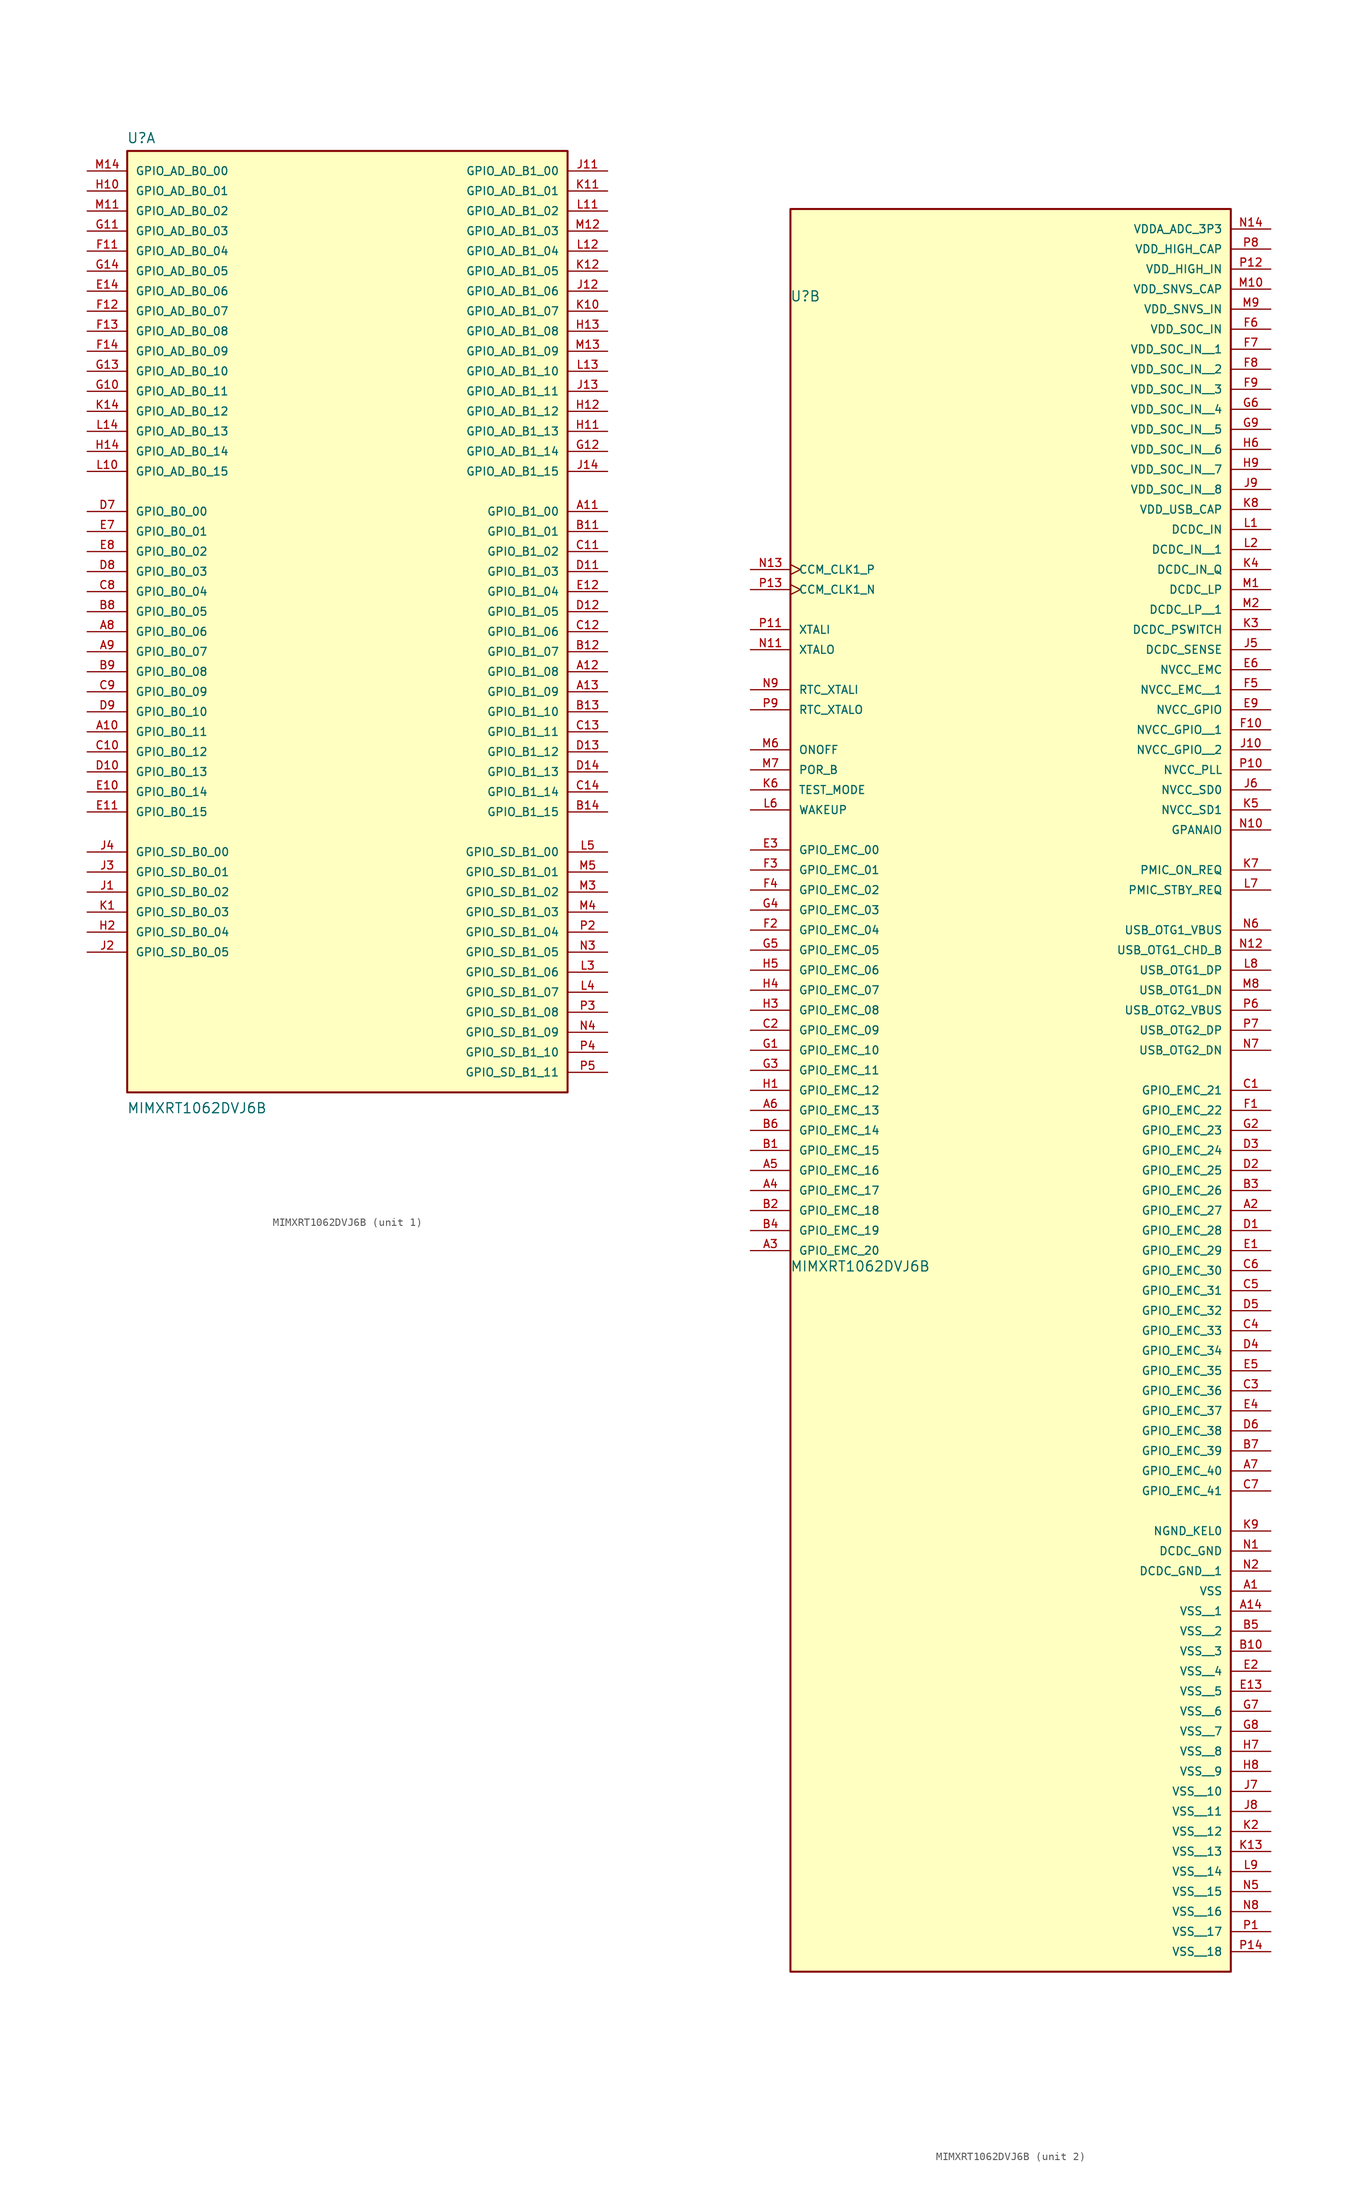
<source format=kicad_sym>
(kicad_symbol_lib
  (version 20211014)
  (generator kicad_symbol_editor)
  (symbol "MIMXRT1062DVJ6B"
    (pin_names
      (offset 1.016))
    (property "Reference" "U"
      (at -28.001 59.312 0)
      (effects (font (size 1.27 1.27)) (justify bottom left)))
    (property "Value" "MIMXRT1062DVJ6B"
      (at -27.986 -63.702 0)
      (effects (font (size 1.27 1.27)) (justify bottom left)))
    (symbol "MIMXRT1062DVJ6B_1_0"
      (rectangle (start -27.94 -60.96) (end 27.94 58.42) (stroke (width 0.254)) (fill (type background)))
      (pin bidirectional line (at -33.02 55.88 0) (length 5.08) (name "GPIO_AD_B0_00" (effects (font (size 1.016 1.016)))) (number "M14" (effects (font (size 1.016 1.016)))))
      (pin bidirectional line (at -33.02 53.34 0) (length 5.08) (name "GPIO_AD_B0_01" (effects (font (size 1.016 1.016)))) (number "H10" (effects (font (size 1.016 1.016)))))
      (pin bidirectional line (at -33.02 50.8 0) (length 5.08) (name "GPIO_AD_B0_02" (effects (font (size 1.016 1.016)))) (number "M11" (effects (font (size 1.016 1.016)))))
      (pin bidirectional line (at -33.02 48.26 0) (length 5.08) (name "GPIO_AD_B0_03" (effects (font (size 1.016 1.016)))) (number "G11" (effects (font (size 1.016 1.016)))))
      (pin bidirectional line (at -33.02 45.72 0) (length 5.08) (name "GPIO_AD_B0_04" (effects (font (size 1.016 1.016)))) (number "F11" (effects (font (size 1.016 1.016)))))
      (pin bidirectional line (at -33.02 43.18 0) (length 5.08) (name "GPIO_AD_B0_05" (effects (font (size 1.016 1.016)))) (number "G14" (effects (font (size 1.016 1.016)))))
      (pin bidirectional line (at -33.02 40.64 0) (length 5.08) (name "GPIO_AD_B0_06" (effects (font (size 1.016 1.016)))) (number "E14" (effects (font (size 1.016 1.016)))))
      (pin bidirectional line (at -33.02 38.1 0) (length 5.08) (name "GPIO_AD_B0_07" (effects (font (size 1.016 1.016)))) (number "F12" (effects (font (size 1.016 1.016)))))
      (pin bidirectional line (at -33.02 35.56 0) (length 5.08) (name "GPIO_AD_B0_08" (effects (font (size 1.016 1.016)))) (number "F13" (effects (font (size 1.016 1.016)))))
      (pin bidirectional line (at -33.02 33.02 0) (length 5.08) (name "GPIO_AD_B0_09" (effects (font (size 1.016 1.016)))) (number "F14" (effects (font (size 1.016 1.016)))))
      (pin bidirectional line (at -33.02 30.48 0) (length 5.08) (name "GPIO_AD_B0_10" (effects (font (size 1.016 1.016)))) (number "G13" (effects (font (size 1.016 1.016)))))
      (pin bidirectional line (at -33.02 27.94 0) (length 5.08) (name "GPIO_AD_B0_11" (effects (font (size 1.016 1.016)))) (number "G10" (effects (font (size 1.016 1.016)))))
      (pin bidirectional line (at -33.02 25.4 0) (length 5.08) (name "GPIO_AD_B0_12" (effects (font (size 1.016 1.016)))) (number "K14" (effects (font (size 1.016 1.016)))))
      (pin bidirectional line (at -33.02 22.86 0) (length 5.08) (name "GPIO_AD_B0_13" (effects (font (size 1.016 1.016)))) (number "L14" (effects (font (size 1.016 1.016)))))
      (pin bidirectional line (at -33.02 20.32 0) (length 5.08) (name "GPIO_AD_B0_14" (effects (font (size 1.016 1.016)))) (number "H14" (effects (font (size 1.016 1.016)))))
      (pin bidirectional line (at -33.02 17.78 0) (length 5.08) (name "GPIO_AD_B0_15" (effects (font (size 1.016 1.016)))) (number "L10" (effects (font (size 1.016 1.016)))))
      (pin bidirectional line (at 33.02 55.88 180.0) (length 5.08) (name "GPIO_AD_B1_00" (effects (font (size 1.016 1.016)))) (number "J11" (effects (font (size 1.016 1.016)))))
      (pin bidirectional line (at 33.02 53.34 180.0) (length 5.08) (name "GPIO_AD_B1_01" (effects (font (size 1.016 1.016)))) (number "K11" (effects (font (size 1.016 1.016)))))
      (pin bidirectional line (at 33.02 50.8 180.0) (length 5.08) (name "GPIO_AD_B1_02" (effects (font (size 1.016 1.016)))) (number "L11" (effects (font (size 1.016 1.016)))))
      (pin bidirectional line (at 33.02 48.26 180.0) (length 5.08) (name "GPIO_AD_B1_03" (effects (font (size 1.016 1.016)))) (number "M12" (effects (font (size 1.016 1.016)))))
      (pin bidirectional line (at 33.02 45.72 180.0) (length 5.08) (name "GPIO_AD_B1_04" (effects (font (size 1.016 1.016)))) (number "L12" (effects (font (size 1.016 1.016)))))
      (pin bidirectional line (at 33.02 43.18 180.0) (length 5.08) (name "GPIO_AD_B1_05" (effects (font (size 1.016 1.016)))) (number "K12" (effects (font (size 1.016 1.016)))))
      (pin bidirectional line (at 33.02 40.64 180.0) (length 5.08) (name "GPIO_AD_B1_06" (effects (font (size 1.016 1.016)))) (number "J12" (effects (font (size 1.016 1.016)))))
      (pin bidirectional line (at 33.02 38.1 180.0) (length 5.08) (name "GPIO_AD_B1_07" (effects (font (size 1.016 1.016)))) (number "K10" (effects (font (size 1.016 1.016)))))
      (pin bidirectional line (at 33.02 35.56 180.0) (length 5.08) (name "GPIO_AD_B1_08" (effects (font (size 1.016 1.016)))) (number "H13" (effects (font (size 1.016 1.016)))))
      (pin bidirectional line (at 33.02 33.02 180.0) (length 5.08) (name "GPIO_AD_B1_09" (effects (font (size 1.016 1.016)))) (number "M13" (effects (font (size 1.016 1.016)))))
      (pin bidirectional line (at 33.02 30.48 180.0) (length 5.08) (name "GPIO_AD_B1_10" (effects (font (size 1.016 1.016)))) (number "L13" (effects (font (size 1.016 1.016)))))
      (pin bidirectional line (at 33.02 27.94 180.0) (length 5.08) (name "GPIO_AD_B1_11" (effects (font (size 1.016 1.016)))) (number "J13" (effects (font (size 1.016 1.016)))))
      (pin bidirectional line (at 33.02 25.4 180.0) (length 5.08) (name "GPIO_AD_B1_12" (effects (font (size 1.016 1.016)))) (number "H12" (effects (font (size 1.016 1.016)))))
      (pin bidirectional line (at 33.02 22.86 180.0) (length 5.08) (name "GPIO_AD_B1_13" (effects (font (size 1.016 1.016)))) (number "H11" (effects (font (size 1.016 1.016)))))
      (pin bidirectional line (at 33.02 20.32 180.0) (length 5.08) (name "GPIO_AD_B1_14" (effects (font (size 1.016 1.016)))) (number "G12" (effects (font (size 1.016 1.016)))))
      (pin bidirectional line (at 33.02 17.78 180.0) (length 5.08) (name "GPIO_AD_B1_15" (effects (font (size 1.016 1.016)))) (number "J14" (effects (font (size 1.016 1.016)))))
      (pin bidirectional line (at -33.02 12.7 0) (length 5.08) (name "GPIO_B0_00" (effects (font (size 1.016 1.016)))) (number "D7" (effects (font (size 1.016 1.016)))))
      (pin bidirectional line (at -33.02 10.16 0) (length 5.08) (name "GPIO_B0_01" (effects (font (size 1.016 1.016)))) (number "E7" (effects (font (size 1.016 1.016)))))
      (pin bidirectional line (at -33.02 7.62 0) (length 5.08) (name "GPIO_B0_02" (effects (font (size 1.016 1.016)))) (number "E8" (effects (font (size 1.016 1.016)))))
      (pin bidirectional line (at -33.02 5.08 0) (length 5.08) (name "GPIO_B0_03" (effects (font (size 1.016 1.016)))) (number "D8" (effects (font (size 1.016 1.016)))))
      (pin bidirectional line (at -33.02 2.54 0) (length 5.08) (name "GPIO_B0_04" (effects (font (size 1.016 1.016)))) (number "C8" (effects (font (size 1.016 1.016)))))
      (pin bidirectional line (at -33.02 0.0 0) (length 5.08) (name "GPIO_B0_05" (effects (font (size 1.016 1.016)))) (number "B8" (effects (font (size 1.016 1.016)))))
      (pin bidirectional line (at -33.02 -2.54 0) (length 5.08) (name "GPIO_B0_06" (effects (font (size 1.016 1.016)))) (number "A8" (effects (font (size 1.016 1.016)))))
      (pin bidirectional line (at -33.02 -5.08 0) (length 5.08) (name "GPIO_B0_07" (effects (font (size 1.016 1.016)))) (number "A9" (effects (font (size 1.016 1.016)))))
      (pin bidirectional line (at -33.02 -7.62 0) (length 5.08) (name "GPIO_B0_08" (effects (font (size 1.016 1.016)))) (number "B9" (effects (font (size 1.016 1.016)))))
      (pin bidirectional line (at -33.02 -10.16 0) (length 5.08) (name "GPIO_B0_09" (effects (font (size 1.016 1.016)))) (number "C9" (effects (font (size 1.016 1.016)))))
      (pin bidirectional line (at -33.02 -12.7 0) (length 5.08) (name "GPIO_B0_10" (effects (font (size 1.016 1.016)))) (number "D9" (effects (font (size 1.016 1.016)))))
      (pin bidirectional line (at -33.02 -15.24 0) (length 5.08) (name "GPIO_B0_11" (effects (font (size 1.016 1.016)))) (number "A10" (effects (font (size 1.016 1.016)))))
      (pin bidirectional line (at -33.02 -17.78 0) (length 5.08) (name "GPIO_B0_12" (effects (font (size 1.016 1.016)))) (number "C10" (effects (font (size 1.016 1.016)))))
      (pin bidirectional line (at -33.02 -20.32 0) (length 5.08) (name "GPIO_B0_13" (effects (font (size 1.016 1.016)))) (number "D10" (effects (font (size 1.016 1.016)))))
      (pin bidirectional line (at -33.02 -22.86 0) (length 5.08) (name "GPIO_B0_14" (effects (font (size 1.016 1.016)))) (number "E10" (effects (font (size 1.016 1.016)))))
      (pin bidirectional line (at -33.02 -25.4 0) (length 5.08) (name "GPIO_B0_15" (effects (font (size 1.016 1.016)))) (number "E11" (effects (font (size 1.016 1.016)))))
      (pin bidirectional line (at 33.02 12.7 180.0) (length 5.08) (name "GPIO_B1_00" (effects (font (size 1.016 1.016)))) (number "A11" (effects (font (size 1.016 1.016)))))
      (pin bidirectional line (at 33.02 10.16 180.0) (length 5.08) (name "GPIO_B1_01" (effects (font (size 1.016 1.016)))) (number "B11" (effects (font (size 1.016 1.016)))))
      (pin bidirectional line (at 33.02 7.62 180.0) (length 5.08) (name "GPIO_B1_02" (effects (font (size 1.016 1.016)))) (number "C11" (effects (font (size 1.016 1.016)))))
      (pin bidirectional line (at 33.02 5.08 180.0) (length 5.08) (name "GPIO_B1_03" (effects (font (size 1.016 1.016)))) (number "D11" (effects (font (size 1.016 1.016)))))
      (pin bidirectional line (at 33.02 2.54 180.0) (length 5.08) (name "GPIO_B1_04" (effects (font (size 1.016 1.016)))) (number "E12" (effects (font (size 1.016 1.016)))))
      (pin bidirectional line (at 33.02 0.0 180.0) (length 5.08) (name "GPIO_B1_05" (effects (font (size 1.016 1.016)))) (number "D12" (effects (font (size 1.016 1.016)))))
      (pin bidirectional line (at 33.02 -2.54 180.0) (length 5.08) (name "GPIO_B1_06" (effects (font (size 1.016 1.016)))) (number "C12" (effects (font (size 1.016 1.016)))))
      (pin bidirectional line (at 33.02 -5.08 180.0) (length 5.08) (name "GPIO_B1_07" (effects (font (size 1.016 1.016)))) (number "B12" (effects (font (size 1.016 1.016)))))
      (pin bidirectional line (at 33.02 -7.62 180.0) (length 5.08) (name "GPIO_B1_08" (effects (font (size 1.016 1.016)))) (number "A12" (effects (font (size 1.016 1.016)))))
      (pin bidirectional line (at 33.02 -10.16 180.0) (length 5.08) (name "GPIO_B1_09" (effects (font (size 1.016 1.016)))) (number "A13" (effects (font (size 1.016 1.016)))))
      (pin bidirectional line (at 33.02 -12.7 180.0) (length 5.08) (name "GPIO_B1_10" (effects (font (size 1.016 1.016)))) (number "B13" (effects (font (size 1.016 1.016)))))
      (pin bidirectional line (at 33.02 -15.24 180.0) (length 5.08) (name "GPIO_B1_11" (effects (font (size 1.016 1.016)))) (number "C13" (effects (font (size 1.016 1.016)))))
      (pin bidirectional line (at 33.02 -17.78 180.0) (length 5.08) (name "GPIO_B1_12" (effects (font (size 1.016 1.016)))) (number "D13" (effects (font (size 1.016 1.016)))))
      (pin bidirectional line (at 33.02 -20.32 180.0) (length 5.08) (name "GPIO_B1_13" (effects (font (size 1.016 1.016)))) (number "D14" (effects (font (size 1.016 1.016)))))
      (pin bidirectional line (at 33.02 -22.86 180.0) (length 5.08) (name "GPIO_B1_14" (effects (font (size 1.016 1.016)))) (number "C14" (effects (font (size 1.016 1.016)))))
      (pin bidirectional line (at 33.02 -25.4 180.0) (length 5.08) (name "GPIO_B1_15" (effects (font (size 1.016 1.016)))) (number "B14" (effects (font (size 1.016 1.016)))))
      (pin bidirectional line (at -33.02 -30.48 0) (length 5.08) (name "GPIO_SD_B0_00" (effects (font (size 1.016 1.016)))) (number "J4" (effects (font (size 1.016 1.016)))))
      (pin bidirectional line (at -33.02 -33.02 0) (length 5.08) (name "GPIO_SD_B0_01" (effects (font (size 1.016 1.016)))) (number "J3" (effects (font (size 1.016 1.016)))))
      (pin bidirectional line (at -33.02 -35.56 0) (length 5.08) (name "GPIO_SD_B0_02" (effects (font (size 1.016 1.016)))) (number "J1" (effects (font (size 1.016 1.016)))))
      (pin bidirectional line (at -33.02 -38.1 0) (length 5.08) (name "GPIO_SD_B0_03" (effects (font (size 1.016 1.016)))) (number "K1" (effects (font (size 1.016 1.016)))))
      (pin bidirectional line (at -33.02 -40.64 0) (length 5.08) (name "GPIO_SD_B0_04" (effects (font (size 1.016 1.016)))) (number "H2" (effects (font (size 1.016 1.016)))))
      (pin bidirectional line (at -33.02 -43.18 0) (length 5.08) (name "GPIO_SD_B0_05" (effects (font (size 1.016 1.016)))) (number "J2" (effects (font (size 1.016 1.016)))))
      (pin bidirectional line (at 33.02 -30.48 180.0) (length 5.08) (name "GPIO_SD_B1_00" (effects (font (size 1.016 1.016)))) (number "L5" (effects (font (size 1.016 1.016)))))
      (pin bidirectional line (at 33.02 -33.02 180.0) (length 5.08) (name "GPIO_SD_B1_01" (effects (font (size 1.016 1.016)))) (number "M5" (effects (font (size 1.016 1.016)))))
      (pin bidirectional line (at 33.02 -35.56 180.0) (length 5.08) (name "GPIO_SD_B1_02" (effects (font (size 1.016 1.016)))) (number "M3" (effects (font (size 1.016 1.016)))))
      (pin bidirectional line (at 33.02 -38.1 180.0) (length 5.08) (name "GPIO_SD_B1_03" (effects (font (size 1.016 1.016)))) (number "M4" (effects (font (size 1.016 1.016)))))
      (pin bidirectional line (at 33.02 -40.64 180.0) (length 5.08) (name "GPIO_SD_B1_04" (effects (font (size 1.016 1.016)))) (number "P2" (effects (font (size 1.016 1.016)))))
      (pin bidirectional line (at 33.02 -43.18 180.0) (length 5.08) (name "GPIO_SD_B1_05" (effects (font (size 1.016 1.016)))) (number "N3" (effects (font (size 1.016 1.016)))))
      (pin bidirectional line (at 33.02 -45.72 180.0) (length 5.08) (name "GPIO_SD_B1_06" (effects (font (size 1.016 1.016)))) (number "L3" (effects (font (size 1.016 1.016)))))
      (pin bidirectional line (at 33.02 -48.26 180.0) (length 5.08) (name "GPIO_SD_B1_07" (effects (font (size 1.016 1.016)))) (number "L4" (effects (font (size 1.016 1.016)))))
      (pin bidirectional line (at 33.02 -50.8 180.0) (length 5.08) (name "GPIO_SD_B1_08" (effects (font (size 1.016 1.016)))) (number "P3" (effects (font (size 1.016 1.016)))))
      (pin bidirectional line (at 33.02 -53.34 180.0) (length 5.08) (name "GPIO_SD_B1_09" (effects (font (size 1.016 1.016)))) (number "N4" (effects (font (size 1.016 1.016)))))
      (pin bidirectional line (at 33.02 -55.88 180.0) (length 5.08) (name "GPIO_SD_B1_10" (effects (font (size 1.016 1.016)))) (number "P4" (effects (font (size 1.016 1.016)))))
      (pin bidirectional line (at 33.02 -58.42 180.0) (length 5.08) (name "GPIO_SD_B1_11" (effects (font (size 1.016 1.016)))) (number "P5" (effects (font (size 1.016 1.016))))))
    (symbol "MIMXRT1062DVJ6B_2_0"
      (rectangle (start -27.94 -152.4) (end 27.94 71.12) (stroke (width 0.254)) (fill (type background)))
      (pin power_in line (at 33.02 0.0 180.0) (length 5.08) (name "NVCC_PLL" (effects (font (size 1.016 1.016)))) (number "P10" (effects (font (size 1.016 1.016)))))
      (pin power_in line (at 33.02 7.62 180.0) (length 5.08) (name "NVCC_GPIO" (effects (font (size 1.016 1.016)))) (number "E9" (effects (font (size 1.016 1.016)))))
      (pin power_in line (at 33.02 -96.52 180.0) (length 5.08) (name "NGND_KEL0" (effects (font (size 1.016 1.016)))) (number "K9" (effects (font (size 1.016 1.016)))))
      (pin power_in line (at 33.02 12.7 180.0) (length 5.08) (name "NVCC_EMC" (effects (font (size 1.016 1.016)))) (number "E6" (effects (font (size 1.016 1.016)))))
      (pin power_in line (at 33.02 -7.62 180.0) (length 5.08) (name "GPANAIO" (effects (font (size 1.016 1.016)))) (number "N10" (effects (font (size 1.016 1.016)))))
      (pin power_in line (at 33.02 15.24 180.0) (length 5.08) (name "DCDC_SENSE" (effects (font (size 1.016 1.016)))) (number "J5" (effects (font (size 1.016 1.016)))))
      (pin power_in line (at 33.02 17.78 180.0) (length 5.08) (name "DCDC_PSWITCH" (effects (font (size 1.016 1.016)))) (number "K3" (effects (font (size 1.016 1.016)))))
      (pin power_in line (at 33.02 22.86 180.0) (length 5.08) (name "DCDC_LP" (effects (font (size 1.016 1.016)))) (number "M1" (effects (font (size 1.016 1.016)))))
      (pin power_in line (at 33.02 -99.06 180.0) (length 5.08) (name "DCDC_GND" (effects (font (size 1.016 1.016)))) (number "N1" (effects (font (size 1.016 1.016)))))
      (pin power_in line (at 33.02 25.4 180.0) (length 5.08) (name "DCDC_IN_Q" (effects (font (size 1.016 1.016)))) (number "K4" (effects (font (size 1.016 1.016)))))
      (pin power_in line (at 33.02 30.48 180.0) (length 5.08) (name "DCDC_IN" (effects (font (size 1.016 1.016)))) (number "L1" (effects (font (size 1.016 1.016)))))
      (pin power_in line (at 33.02 -2.54 180.0) (length 5.08) (name "NVCC_SD0" (effects (font (size 1.016 1.016)))) (number "J6" (effects (font (size 1.016 1.016)))))
      (pin power_in line (at 33.02 -5.08 180.0) (length 5.08) (name "NVCC_SD1" (effects (font (size 1.016 1.016)))) (number "K5" (effects (font (size 1.016 1.016)))))
      (pin power_in line (at 33.02 68.58 180.0) (length 5.08) (name "VDDA_ADC_3P3" (effects (font (size 1.016 1.016)))) (number "N14" (effects (font (size 1.016 1.016)))))
      (pin power_in line (at 33.02 66.04 180.0) (length 5.08) (name "VDD_HIGH_CAP" (effects (font (size 1.016 1.016)))) (number "P8" (effects (font (size 1.016 1.016)))))
      (pin power_in line (at 33.02 63.5 180.0) (length 5.08) (name "VDD_HIGH_IN" (effects (font (size 1.016 1.016)))) (number "P12" (effects (font (size 1.016 1.016)))))
      (pin power_in line (at 33.02 60.96 180.0) (length 5.08) (name "VDD_SNVS_CAP" (effects (font (size 1.016 1.016)))) (number "M10" (effects (font (size 1.016 1.016)))))
      (pin power_in line (at 33.02 58.42 180.0) (length 5.08) (name "VDD_SNVS_IN" (effects (font (size 1.016 1.016)))) (number "M9" (effects (font (size 1.016 1.016)))))
      (pin power_in line (at 33.02 55.88 180.0) (length 5.08) (name "VDD_SOC_IN" (effects (font (size 1.016 1.016)))) (number "F6" (effects (font (size 1.016 1.016)))))
      (pin power_in line (at 33.02 33.02 180.0) (length 5.08) (name "VDD_USB_CAP" (effects (font (size 1.016 1.016)))) (number "K8" (effects (font (size 1.016 1.016)))))
      (pin power_in line (at 33.02 -104.14 180.0) (length 5.08) (name "VSS" (effects (font (size 1.016 1.016)))) (number "A1" (effects (font (size 1.016 1.016)))))
      (pin input clock (at -33.02 22.86 0) (length 5.08) (name "CCM_CLK1_N" (effects (font (size 1.016 1.016)))) (number "P13" (effects (font (size 1.016 1.016)))))
      (pin input clock (at -33.02 25.4 0) (length 5.08) (name "CCM_CLK1_P" (effects (font (size 1.016 1.016)))) (number "N13" (effects (font (size 1.016 1.016)))))
      (pin bidirectional line (at -33.02 -10.16 0) (length 5.08) (name "GPIO_EMC_00" (effects (font (size 1.016 1.016)))) (number "E3" (effects (font (size 1.016 1.016)))))
      (pin bidirectional line (at -33.02 -12.7 0) (length 5.08) (name "GPIO_EMC_01" (effects (font (size 1.016 1.016)))) (number "F3" (effects (font (size 1.016 1.016)))))
      (pin bidirectional line (at -33.02 -15.24 0) (length 5.08) (name "GPIO_EMC_02" (effects (font (size 1.016 1.016)))) (number "F4" (effects (font (size 1.016 1.016)))))
      (pin bidirectional line (at -33.02 -17.78 0) (length 5.08) (name "GPIO_EMC_03" (effects (font (size 1.016 1.016)))) (number "G4" (effects (font (size 1.016 1.016)))))
      (pin bidirectional line (at -33.02 -20.32 0) (length 5.08) (name "GPIO_EMC_04" (effects (font (size 1.016 1.016)))) (number "F2" (effects (font (size 1.016 1.016)))))
      (pin bidirectional line (at -33.02 -22.86 0) (length 5.08) (name "GPIO_EMC_05" (effects (font (size 1.016 1.016)))) (number "G5" (effects (font (size 1.016 1.016)))))
      (pin bidirectional line (at -33.02 -25.4 0) (length 5.08) (name "GPIO_EMC_06" (effects (font (size 1.016 1.016)))) (number "H5" (effects (font (size 1.016 1.016)))))
      (pin bidirectional line (at -33.02 -27.94 0) (length 5.08) (name "GPIO_EMC_07" (effects (font (size 1.016 1.016)))) (number "H4" (effects (font (size 1.016 1.016)))))
      (pin bidirectional line (at -33.02 -30.48 0) (length 5.08) (name "GPIO_EMC_08" (effects (font (size 1.016 1.016)))) (number "H3" (effects (font (size 1.016 1.016)))))
      (pin bidirectional line (at -33.02 -33.02 0) (length 5.08) (name "GPIO_EMC_09" (effects (font (size 1.016 1.016)))) (number "C2" (effects (font (size 1.016 1.016)))))
      (pin bidirectional line (at -33.02 -35.56 0) (length 5.08) (name "GPIO_EMC_10" (effects (font (size 1.016 1.016)))) (number "G1" (effects (font (size 1.016 1.016)))))
      (pin bidirectional line (at -33.02 -38.1 0) (length 5.08) (name "GPIO_EMC_11" (effects (font (size 1.016 1.016)))) (number "G3" (effects (font (size 1.016 1.016)))))
      (pin bidirectional line (at -33.02 -40.64 0) (length 5.08) (name "GPIO_EMC_12" (effects (font (size 1.016 1.016)))) (number "H1" (effects (font (size 1.016 1.016)))))
      (pin bidirectional line (at -33.02 -43.18 0) (length 5.08) (name "GPIO_EMC_13" (effects (font (size 1.016 1.016)))) (number "A6" (effects (font (size 1.016 1.016)))))
      (pin bidirectional line (at -33.02 -45.72 0) (length 5.08) (name "GPIO_EMC_14" (effects (font (size 1.016 1.016)))) (number "B6" (effects (font (size 1.016 1.016)))))
      (pin bidirectional line (at -33.02 -48.26 0) (length 5.08) (name "GPIO_EMC_15" (effects (font (size 1.016 1.016)))) (number "B1" (effects (font (size 1.016 1.016)))))
      (pin bidirectional line (at -33.02 -50.8 0) (length 5.08) (name "GPIO_EMC_16" (effects (font (size 1.016 1.016)))) (number "A5" (effects (font (size 1.016 1.016)))))
      (pin bidirectional line (at -33.02 -53.34 0) (length 5.08) (name "GPIO_EMC_17" (effects (font (size 1.016 1.016)))) (number "A4" (effects (font (size 1.016 1.016)))))
      (pin bidirectional line (at -33.02 -55.88 0) (length 5.08) (name "GPIO_EMC_18" (effects (font (size 1.016 1.016)))) (number "B2" (effects (font (size 1.016 1.016)))))
      (pin bidirectional line (at -33.02 -58.42 0) (length 5.08) (name "GPIO_EMC_19" (effects (font (size 1.016 1.016)))) (number "B4" (effects (font (size 1.016 1.016)))))
      (pin bidirectional line (at -33.02 -60.96 0) (length 5.08) (name "GPIO_EMC_20" (effects (font (size 1.016 1.016)))) (number "A3" (effects (font (size 1.016 1.016)))))
      (pin bidirectional line (at 33.02 -40.64 180.0) (length 5.08) (name "GPIO_EMC_21" (effects (font (size 1.016 1.016)))) (number "C1" (effects (font (size 1.016 1.016)))))
      (pin bidirectional line (at 33.02 -43.18 180.0) (length 5.08) (name "GPIO_EMC_22" (effects (font (size 1.016 1.016)))) (number "F1" (effects (font (size 1.016 1.016)))))
      (pin bidirectional line (at 33.02 -45.72 180.0) (length 5.08) (name "GPIO_EMC_23" (effects (font (size 1.016 1.016)))) (number "G2" (effects (font (size 1.016 1.016)))))
      (pin bidirectional line (at 33.02 -48.26 180.0) (length 5.08) (name "GPIO_EMC_24" (effects (font (size 1.016 1.016)))) (number "D3" (effects (font (size 1.016 1.016)))))
      (pin bidirectional line (at 33.02 -50.8 180.0) (length 5.08) (name "GPIO_EMC_25" (effects (font (size 1.016 1.016)))) (number "D2" (effects (font (size 1.016 1.016)))))
      (pin bidirectional line (at 33.02 -53.34 180.0) (length 5.08) (name "GPIO_EMC_26" (effects (font (size 1.016 1.016)))) (number "B3" (effects (font (size 1.016 1.016)))))
      (pin bidirectional line (at 33.02 -55.88 180.0) (length 5.08) (name "GPIO_EMC_27" (effects (font (size 1.016 1.016)))) (number "A2" (effects (font (size 1.016 1.016)))))
      (pin bidirectional line (at 33.02 -58.42 180.0) (length 5.08) (name "GPIO_EMC_28" (effects (font (size 1.016 1.016)))) (number "D1" (effects (font (size 1.016 1.016)))))
      (pin bidirectional line (at 33.02 -60.96 180.0) (length 5.08) (name "GPIO_EMC_29" (effects (font (size 1.016 1.016)))) (number "E1" (effects (font (size 1.016 1.016)))))
      (pin bidirectional line (at 33.02 -63.5 180.0) (length 5.08) (name "GPIO_EMC_30" (effects (font (size 1.016 1.016)))) (number "C6" (effects (font (size 1.016 1.016)))))
      (pin bidirectional line (at 33.02 -66.04 180.0) (length 5.08) (name "GPIO_EMC_31" (effects (font (size 1.016 1.016)))) (number "C5" (effects (font (size 1.016 1.016)))))
      (pin bidirectional line (at 33.02 -68.58 180.0) (length 5.08) (name "GPIO_EMC_32" (effects (font (size 1.016 1.016)))) (number "D5" (effects (font (size 1.016 1.016)))))
      (pin bidirectional line (at 33.02 -71.12 180.0) (length 5.08) (name "GPIO_EMC_33" (effects (font (size 1.016 1.016)))) (number "C4" (effects (font (size 1.016 1.016)))))
      (pin bidirectional line (at 33.02 -73.66 180.0) (length 5.08) (name "GPIO_EMC_34" (effects (font (size 1.016 1.016)))) (number "D4" (effects (font (size 1.016 1.016)))))
      (pin bidirectional line (at 33.02 -76.2 180.0) (length 5.08) (name "GPIO_EMC_35" (effects (font (size 1.016 1.016)))) (number "E5" (effects (font (size 1.016 1.016)))))
      (pin bidirectional line (at 33.02 -78.74 180.0) (length 5.08) (name "GPIO_EMC_36" (effects (font (size 1.016 1.016)))) (number "C3" (effects (font (size 1.016 1.016)))))
      (pin bidirectional line (at 33.02 -81.28 180.0) (length 5.08) (name "GPIO_EMC_37" (effects (font (size 1.016 1.016)))) (number "E4" (effects (font (size 1.016 1.016)))))
      (pin bidirectional line (at 33.02 -83.82 180.0) (length 5.08) (name "GPIO_EMC_38" (effects (font (size 1.016 1.016)))) (number "D6" (effects (font (size 1.016 1.016)))))
      (pin bidirectional line (at 33.02 -86.36 180.0) (length 5.08) (name "GPIO_EMC_39" (effects (font (size 1.016 1.016)))) (number "B7" (effects (font (size 1.016 1.016)))))
      (pin bidirectional line (at 33.02 -88.9 180.0) (length 5.08) (name "GPIO_EMC_40" (effects (font (size 1.016 1.016)))) (number "A7" (effects (font (size 1.016 1.016)))))
      (pin bidirectional line (at 33.02 -91.44 180.0) (length 5.08) (name "GPIO_EMC_41" (effects (font (size 1.016 1.016)))) (number "C7" (effects (font (size 1.016 1.016)))))
      (pin bidirectional line (at -33.02 2.54 0) (length 5.08) (name "ONOFF" (effects (font (size 1.016 1.016)))) (number "M6" (effects (font (size 1.016 1.016)))))
      (pin bidirectional line (at -33.02 0.0 0) (length 5.08) (name "POR_B" (effects (font (size 1.016 1.016)))) (number "M7" (effects (font (size 1.016 1.016)))))
      (pin input line (at -33.02 10.16 0) (length 5.08) (name "RTC_XTALI" (effects (font (size 1.016 1.016)))) (number "N9" (effects (font (size 1.016 1.016)))))
      (pin bidirectional line (at -33.02 -2.54 0) (length 5.08) (name "TEST_MODE" (effects (font (size 1.016 1.016)))) (number "K6" (effects (font (size 1.016 1.016)))))
      (pin input line (at -33.02 17.78 0) (length 5.08) (name "XTALI" (effects (font (size 1.016 1.016)))) (number "P11" (effects (font (size 1.016 1.016)))))
      (pin bidirectional line (at -33.02 -5.08 0) (length 5.08) (name "WAKEUP" (effects (font (size 1.016 1.016)))) (number "L6" (effects (font (size 1.016 1.016)))))
      (pin output line (at -33.02 7.62 0) (length 5.08) (name "RTC_XTALO" (effects (font (size 1.016 1.016)))) (number "P9" (effects (font (size 1.016 1.016)))))
      (pin bidirectional line (at 33.02 -15.24 180.0) (length 5.08) (name "PMIC_STBY_REQ" (effects (font (size 1.016 1.016)))) (number "L7" (effects (font (size 1.016 1.016)))))
      (pin bidirectional line (at 33.02 -12.7 180.0) (length 5.08) (name "PMIC_ON_REQ" (effects (font (size 1.016 1.016)))) (number "K7" (effects (font (size 1.016 1.016)))))
      (pin output line (at -33.02 15.24 0) (length 5.08) (name "XTALO" (effects (font (size 1.016 1.016)))) (number "N11" (effects (font (size 1.016 1.016)))))
      (pin bidirectional line (at 33.02 -22.86 180.0) (length 5.08) (name "USB_OTG1_CHD_B" (effects (font (size 1.016 1.016)))) (number "N12" (effects (font (size 1.016 1.016)))))
      (pin bidirectional line (at 33.02 -27.94 180.0) (length 5.08) (name "USB_OTG1_DN" (effects (font (size 1.016 1.016)))) (number "M8" (effects (font (size 1.016 1.016)))))
      (pin bidirectional line (at 33.02 -25.4 180.0) (length 5.08) (name "USB_OTG1_DP" (effects (font (size 1.016 1.016)))) (number "L8" (effects (font (size 1.016 1.016)))))
      (pin bidirectional line (at 33.02 -20.32 180.0) (length 5.08) (name "USB_OTG1_VBUS" (effects (font (size 1.016 1.016)))) (number "N6" (effects (font (size 1.016 1.016)))))
      (pin bidirectional line (at 33.02 -35.56 180.0) (length 5.08) (name "USB_OTG2_DN" (effects (font (size 1.016 1.016)))) (number "N7" (effects (font (size 1.016 1.016)))))
      (pin bidirectional line (at 33.02 -33.02 180.0) (length 5.08) (name "USB_OTG2_DP" (effects (font (size 1.016 1.016)))) (number "P7" (effects (font (size 1.016 1.016)))))
      (pin bidirectional line (at 33.02 -30.48 180.0) (length 5.08) (name "USB_OTG2_VBUS" (effects (font (size 1.016 1.016)))) (number "P6" (effects (font (size 1.016 1.016)))))
      (pin power_in line (at 33.02 53.34 180.0) (length 5.08) (name "VDD_SOC_IN__1" (effects (font (size 1.016 1.016)))) (number "F7" (effects (font (size 1.016 1.016)))))
      (pin power_in line (at 33.02 50.8 180.0) (length 5.08) (name "VDD_SOC_IN__2" (effects (font (size 1.016 1.016)))) (number "F8" (effects (font (size 1.016 1.016)))))
      (pin power_in line (at 33.02 48.26 180.0) (length 5.08) (name "VDD_SOC_IN__3" (effects (font (size 1.016 1.016)))) (number "F9" (effects (font (size 1.016 1.016)))))
      (pin power_in line (at 33.02 45.72 180.0) (length 5.08) (name "VDD_SOC_IN__4" (effects (font (size 1.016 1.016)))) (number "G6" (effects (font (size 1.016 1.016)))))
      (pin power_in line (at 33.02 43.18 180.0) (length 5.08) (name "VDD_SOC_IN__5" (effects (font (size 1.016 1.016)))) (number "G9" (effects (font (size 1.016 1.016)))))
      (pin power_in line (at 33.02 40.64 180.0) (length 5.08) (name "VDD_SOC_IN__6" (effects (font (size 1.016 1.016)))) (number "H6" (effects (font (size 1.016 1.016)))))
      (pin power_in line (at 33.02 38.1 180.0) (length 5.08) (name "VDD_SOC_IN__7" (effects (font (size 1.016 1.016)))) (number "H9" (effects (font (size 1.016 1.016)))))
      (pin power_in line (at 33.02 35.56 180.0) (length 5.08) (name "VDD_SOC_IN__8" (effects (font (size 1.016 1.016)))) (number "J9" (effects (font (size 1.016 1.016)))))
      (pin power_in line (at 33.02 27.94 180.0) (length 5.08) (name "DCDC_IN__1" (effects (font (size 1.016 1.016)))) (number "L2" (effects (font (size 1.016 1.016)))))
      (pin power_in line (at 33.02 20.32 180.0) (length 5.08) (name "DCDC_LP__1" (effects (font (size 1.016 1.016)))) (number "M2" (effects (font (size 1.016 1.016)))))
      (pin power_in line (at 33.02 10.16 180.0) (length 5.08) (name "NVCC_EMC__1" (effects (font (size 1.016 1.016)))) (number "F5" (effects (font (size 1.016 1.016)))))
      (pin power_in line (at 33.02 5.08 180.0) (length 5.08) (name "NVCC_GPIO__1" (effects (font (size 1.016 1.016)))) (number "F10" (effects (font (size 1.016 1.016)))))
      (pin power_in line (at 33.02 2.54 180.0) (length 5.08) (name "NVCC_GPIO__2" (effects (font (size 1.016 1.016)))) (number "J10" (effects (font (size 1.016 1.016)))))
      (pin power_in line (at 33.02 -101.6 180.0) (length 5.08) (name "DCDC_GND__1" (effects (font (size 1.016 1.016)))) (number "N2" (effects (font (size 1.016 1.016)))))
      (pin power_in line (at 33.02 -106.68 180.0) (length 5.08) (name "VSS__1" (effects (font (size 1.016 1.016)))) (number "A14" (effects (font (size 1.016 1.016)))))
      (pin power_in line (at 33.02 -109.22 180.0) (length 5.08) (name "VSS__2" (effects (font (size 1.016 1.016)))) (number "B5" (effects (font (size 1.016 1.016)))))
      (pin power_in line (at 33.02 -111.76 180.0) (length 5.08) (name "VSS__3" (effects (font (size 1.016 1.016)))) (number "B10" (effects (font (size 1.016 1.016)))))
      (pin power_in line (at 33.02 -114.3 180.0) (length 5.08) (name "VSS__4" (effects (font (size 1.016 1.016)))) (number "E2" (effects (font (size 1.016 1.016)))))
      (pin power_in line (at 33.02 -116.84 180.0) (length 5.08) (name "VSS__5" (effects (font (size 1.016 1.016)))) (number "E13" (effects (font (size 1.016 1.016)))))
      (pin power_in line (at 33.02 -119.38 180.0) (length 5.08) (name "VSS__6" (effects (font (size 1.016 1.016)))) (number "G7" (effects (font (size 1.016 1.016)))))
      (pin power_in line (at 33.02 -121.92 180.0) (length 5.08) (name "VSS__7" (effects (font (size 1.016 1.016)))) (number "G8" (effects (font (size 1.016 1.016)))))
      (pin power_in line (at 33.02 -124.46 180.0) (length 5.08) (name "VSS__8" (effects (font (size 1.016 1.016)))) (number "H7" (effects (font (size 1.016 1.016)))))
      (pin power_in line (at 33.02 -127.0 180.0) (length 5.08) (name "VSS__9" (effects (font (size 1.016 1.016)))) (number "H8" (effects (font (size 1.016 1.016)))))
      (pin power_in line (at 33.02 -129.54 180.0) (length 5.08) (name "VSS__10" (effects (font (size 1.016 1.016)))) (number "J7" (effects (font (size 1.016 1.016)))))
      (pin power_in line (at 33.02 -132.08 180.0) (length 5.08) (name "VSS__11" (effects (font (size 1.016 1.016)))) (number "J8" (effects (font (size 1.016 1.016)))))
      (pin power_in line (at 33.02 -134.62 180.0) (length 5.08) (name "VSS__12" (effects (font (size 1.016 1.016)))) (number "K2" (effects (font (size 1.016 1.016)))))
      (pin power_in line (at 33.02 -137.16 180.0) (length 5.08) (name "VSS__13" (effects (font (size 1.016 1.016)))) (number "K13" (effects (font (size 1.016 1.016)))))
      (pin power_in line (at 33.02 -139.7 180.0) (length 5.08) (name "VSS__14" (effects (font (size 1.016 1.016)))) (number "L9" (effects (font (size 1.016 1.016)))))
      (pin power_in line (at 33.02 -142.24 180.0) (length 5.08) (name "VSS__15" (effects (font (size 1.016 1.016)))) (number "N5" (effects (font (size 1.016 1.016)))))
      (pin power_in line (at 33.02 -144.78 180.0) (length 5.08) (name "VSS__16" (effects (font (size 1.016 1.016)))) (number "N8" (effects (font (size 1.016 1.016)))))
      (pin power_in line (at 33.02 -147.32 180.0) (length 5.08) (name "VSS__17" (effects (font (size 1.016 1.016)))) (number "P1" (effects (font (size 1.016 1.016)))))
      (pin power_in line (at 33.02 -149.86 180.0) (length 5.08) (name "VSS__18" (effects (font (size 1.016 1.016)))) (number "P14" (effects (font (size 1.016 1.016))))))))
</source>
